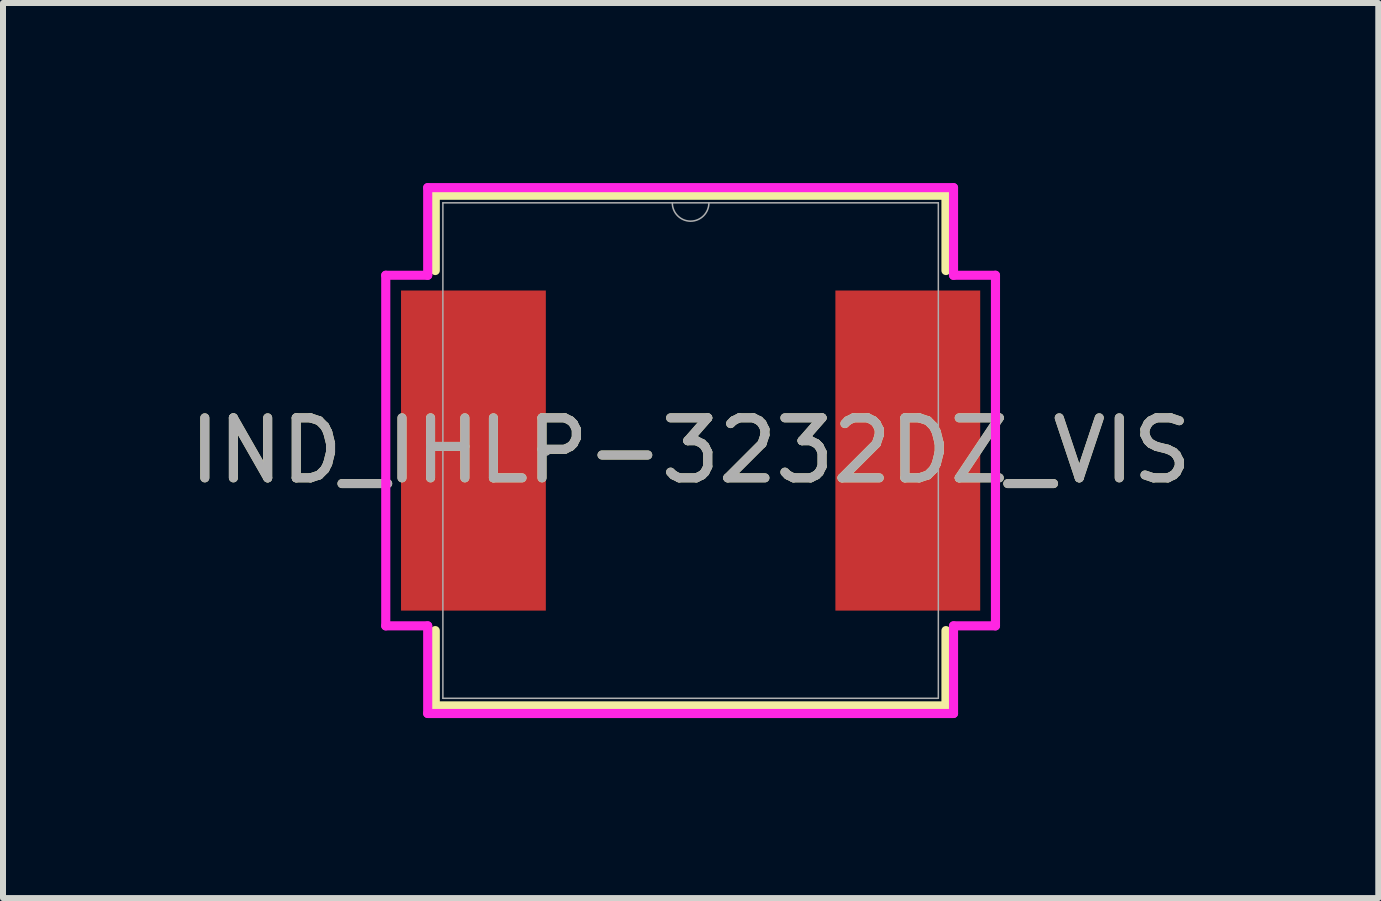
<source format=kicad_pcb>
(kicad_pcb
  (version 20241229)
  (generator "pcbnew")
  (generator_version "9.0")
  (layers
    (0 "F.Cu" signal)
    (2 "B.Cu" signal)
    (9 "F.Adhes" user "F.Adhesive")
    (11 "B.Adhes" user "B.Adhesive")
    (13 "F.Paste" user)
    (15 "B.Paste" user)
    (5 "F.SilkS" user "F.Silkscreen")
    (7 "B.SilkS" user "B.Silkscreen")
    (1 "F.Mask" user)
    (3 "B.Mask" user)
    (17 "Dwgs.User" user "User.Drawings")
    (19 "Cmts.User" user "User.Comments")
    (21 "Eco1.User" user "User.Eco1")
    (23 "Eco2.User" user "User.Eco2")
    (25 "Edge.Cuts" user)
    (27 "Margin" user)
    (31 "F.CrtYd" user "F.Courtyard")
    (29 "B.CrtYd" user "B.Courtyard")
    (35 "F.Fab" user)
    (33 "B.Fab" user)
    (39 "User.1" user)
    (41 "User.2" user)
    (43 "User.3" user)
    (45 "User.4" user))
  (footprint "IND_IHLP-3232DZ_VIS"
    (layer "F.Cu")
    (at 8.458 4.458)
    (property "Reference" "IND_IHLP-3232DZ_VIS" (at 0 0 0) (unlocked yes) (layer "F.SilkS") (effects (font (size 1 1) (thickness 0.15))))
    (attr smd)
    (fp_line (start -4.255 -4.255) (end -4.255 -3) (stroke (width 0.152) (type solid)) (layer "F.SilkS"))
    (fp_line (start -4.255 3) (end -4.255 4.255) (stroke (width 0.152) (type solid)) (layer "F.SilkS"))
    (fp_line (start -4.255 4.255) (end 4.255 4.255) (stroke (width 0.152) (type solid)) (layer "F.SilkS"))
    (fp_line (start 4.255 -4.255) (end -4.255 -4.255) (stroke (width 0.152) (type solid)) (layer "F.SilkS"))
    (fp_line (start 4.255 -3) (end 4.255 -4.255) (stroke (width 0.152) (type solid)) (layer "F.SilkS"))
    (fp_line (start 4.255 4.255) (end 4.255 3) (stroke (width 0.152) (type solid)) (layer "F.SilkS"))
    (fp_line (start -5.08 -2.921) (end -4.381 -2.921) (stroke (width 0.152) (type solid)) (layer "F.CrtYd"))
    (fp_line (start -5.08 2.921) (end -5.08 -2.921) (stroke (width 0.152) (type solid)) (layer "F.CrtYd"))
    (fp_line (start -5.08 2.921) (end -4.381 2.921) (stroke (width 0.152) (type solid)) (layer "F.CrtYd"))
    (fp_line (start -4.381 -4.381) (end 4.381 -4.381) (stroke (width 0.152) (type solid)) (layer "F.CrtYd"))
    (fp_line (start -4.381 -2.921) (end -4.381 -4.381) (stroke (width 0.152) (type solid)) (layer "F.CrtYd"))
    (fp_line (start -4.381 4.381) (end -4.381 2.921) (stroke (width 0.152) (type solid)) (layer "F.CrtYd"))
    (fp_line (start 4.381 -4.381) (end 4.381 -2.921) (stroke (width 0.152) (type solid)) (layer "F.CrtYd"))
    (fp_line (start 4.381 2.921) (end 4.381 4.381) (stroke (width 0.152) (type solid)) (layer "F.CrtYd"))
    (fp_line (start 4.381 4.381) (end -4.381 4.381) (stroke (width 0.152) (type solid)) (layer "F.CrtYd"))
    (fp_line (start 5.08 -2.921) (end 4.381 -2.921) (stroke (width 0.152) (type solid)) (layer "F.CrtYd"))
    (fp_line (start 5.08 -2.921) (end 5.08 2.921) (stroke (width 0.152) (type solid)) (layer "F.CrtYd"))
    (fp_line (start 5.08 2.921) (end 4.381 2.921) (stroke (width 0.152) (type solid)) (layer "F.CrtYd"))
    (fp_line (start -4.128 -4.128) (end -4.128 4.128) (stroke (width 0.025) (type solid)) (layer "F.Fab"))
    (fp_line (start -4.128 4.128) (end 4.128 4.128) (stroke (width 0.025) (type solid)) (layer "F.Fab"))
    (fp_line (start 4.128 -4.128) (end -4.128 -4.128) (stroke (width 0.025) (type solid)) (layer "F.Fab"))
    (fp_line (start 4.128 4.128) (end 4.128 -4.128) (stroke (width 0.025) (type solid)) (layer "F.Fab"))
    (fp_arc (start 0.3048 -4.1275) (mid 0 -3.8227) (end -0.3048 -4.1275) (stroke (width 0.0254) (type solid)) (layer "F.Fab"))
    (fp_circle (center -2.413 0) (end -2.337 0) (stroke (width 0.025) (type solid)) (fill no) (layer "F.Fab"))
    (fp_text user "${REFERENCE}" (at 0 0 0) (unlocked yes) (layer "F.Fab") (effects (font (size 1 1) (thickness 0.15))))
    (pad "1" smd rect (at -3.619 0) (size 2.413 5.334) (layers "F.Cu" "F.Mask" "F.Paste"))
    (pad "2" smd rect (at 3.619 0) (size 2.413 5.334) (layers "F.Cu" "F.Mask" "F.Paste")))
  (gr_rect
    (start -3 -3)
    (end 19.917 11.915)
    (stroke (width 0.1) (type default))
    (fill no)
    (layer "Edge.Cuts")))
</source>
